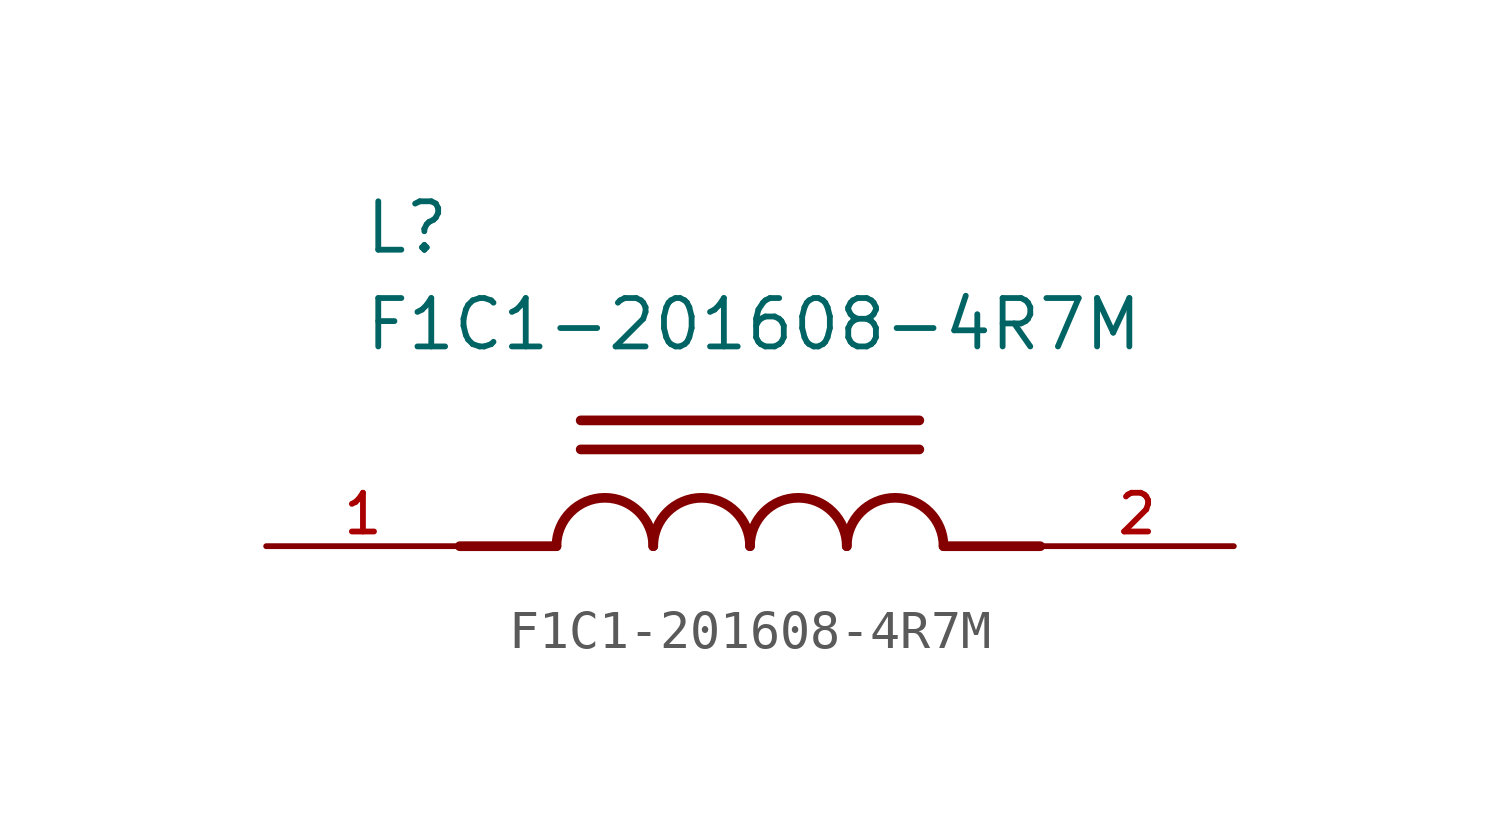
<source format=kicad_sym>
(kicad_symbol_lib
  (version 20211014)
  (generator kicad_symbol_editor)
  (symbol "F1C1-201608-4R7M"
    (pin_names
      (offset 1.016))
    (property "Reference" "L"
      (at -10.16 7.62 0)
      (effects (font (size 1.27 1.27)) (justify bottom left)))
    (property "Value" "F1C1-201608-4R7M"
      (at -10.16 5.08 0)
      (effects (font (size 1.27 1.27)) (justify bottom left)))
    (symbol "F1C1-201608-4R7M_0_0"
      (polyline (pts (xy -5.08 0.0) (xy -7.62 0.0)) (stroke (width 0.254)))
      (polyline (pts (xy 5.08 0.0) (xy 7.62 0.0)) (stroke (width 0.254)))
      (arc (start -2.54 0.0) (mid -3.81 1.27) (end -5.08 0.0) (stroke (width 0.254) (type default) (color 0 0 0 0)) (fill (type none)))
      (arc (start 0.0 0.0) (mid -1.27 1.27) (end -2.54 0.0) (stroke (width 0.254) (type default) (color 0 0 0 0)) (fill (type none)))
      (arc (start 2.54 0.0) (mid 1.27 1.27) (end 0.0 0.0) (stroke (width 0.254) (type default) (color 0 0 0 0)) (fill (type none)))
      (arc (start 5.08 0.0) (mid 3.81 1.27) (end 2.54 0.0) (stroke (width 0.254) (type default) (color 0 0 0 0)) (fill (type none)))
      (polyline (pts (xy -4.445 2.54) (xy 4.445 2.54)) (stroke (width 0.254)))
      (polyline (pts (xy -4.445 3.302) (xy 4.445 3.302)) (stroke (width 0.254)))
      (pin passive line (at -12.7 0.0 0) (length 5.08) (name "~" (effects (font (size 1.016 1.016)))) (number "1" (effects (font (size 1.016 1.016)))))
      (pin passive line (at 12.7 0.0 180.0) (length 5.08) (name "~" (effects (font (size 1.016 1.016)))) (number "2" (effects (font (size 1.016 1.016))))))))
</source>
